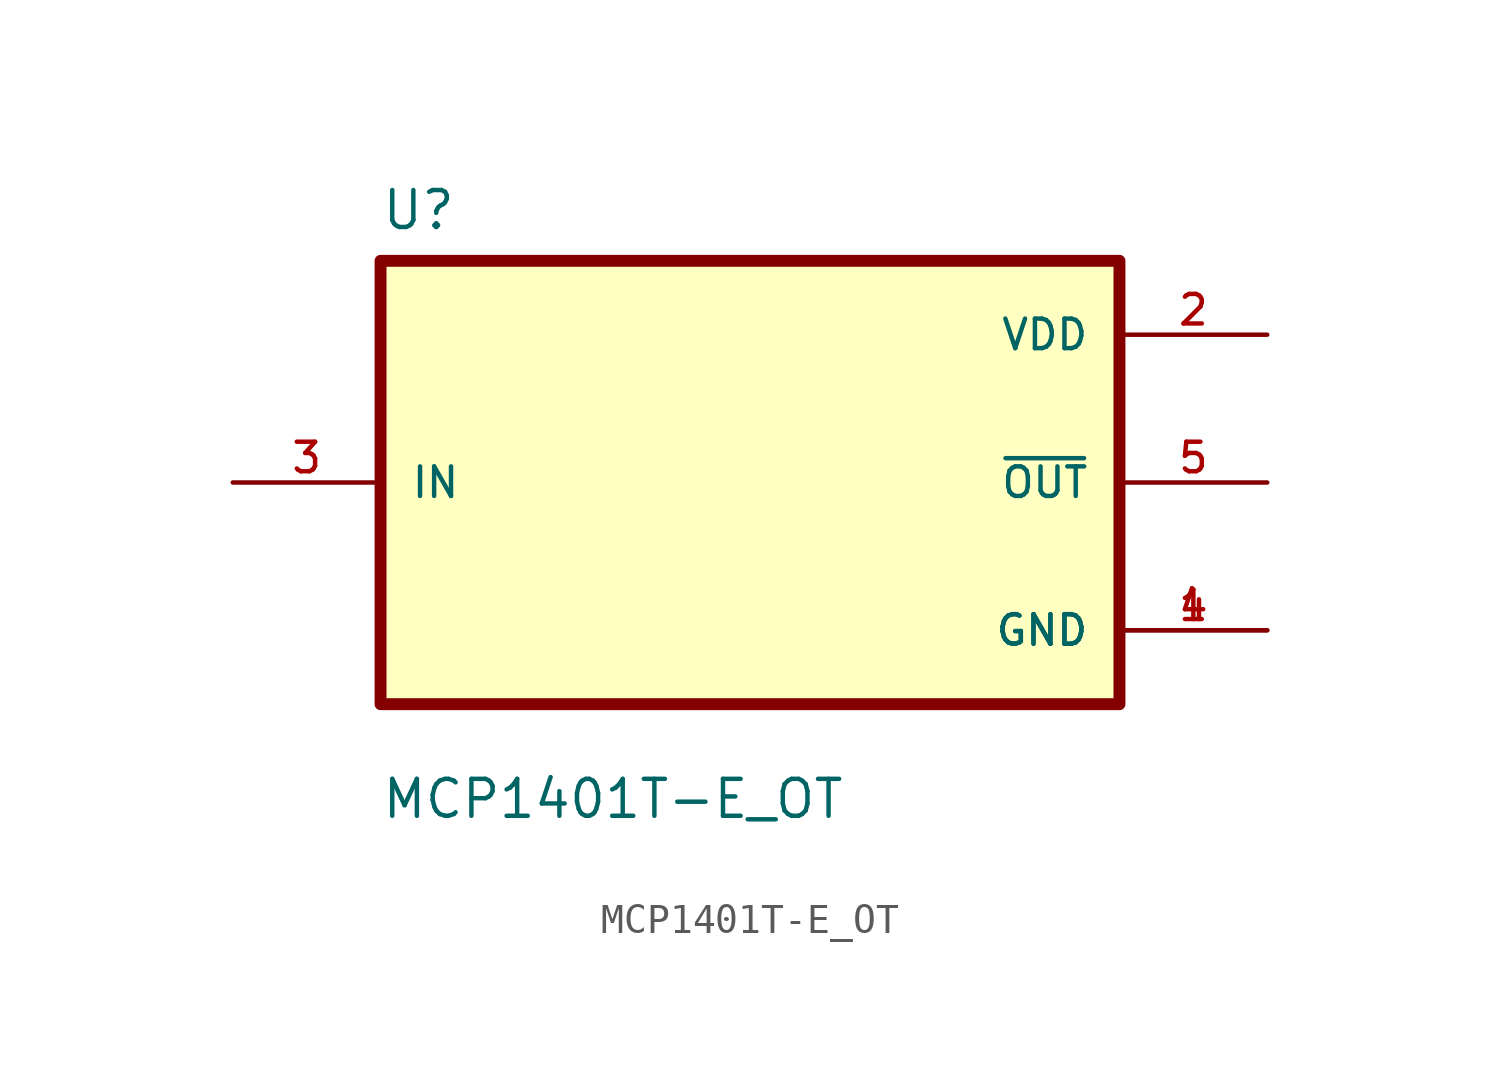
<source format=kicad_sym>
(kicad_symbol_lib
  (version 20211014)
  (generator kicad_symbol_editor)
  (symbol "MCP1401T-E_OT"
    (pin_names
      (offset 1.016))
    (property "Reference" "U"
      (at -12.7 8.62 0.0)
      (effects (font (size 1.27 1.27)) (justify bottom left)))
    (property "Value" "MCP1401T-E_OT"
      (at -12.7 -11.62 0.0)
      (effects (font (size 1.27 1.27)) (justify bottom left)))
    (symbol "MCP1401T-E_OT_0_0"
      (rectangle (start -12.7 -7.62) (end 12.7 7.62) (stroke (width 0.41)) (fill (type background)))
      (pin input line (at -17.78 0.0 0) (length 5.08) (name "IN" (effects (font (size 1.016 1.016)))) (number "3" (effects (font (size 1.016 1.016)))))
      (pin power_in line (at 17.78 5.08 180.0) (length 5.08) (name "VDD" (effects (font (size 1.016 1.016)))) (number "2" (effects (font (size 1.016 1.016)))))
      (pin output line (at 17.78 0.0 180.0) (length 5.08) (name "~{OUT}" (effects (font (size 1.016 1.016)))) (number "5" (effects (font (size 1.016 1.016)))))
      (pin power_in line (at 17.78 -5.08 180.0) (length 5.08) (name "GND" (effects (font (size 1.016 1.016)))) (number "1" (effects (font (size 1.016 1.016)))))
      (pin power_in line (at 17.78 -5.08 180.0) (length 5.08) (name "GND" (effects (font (size 1.016 1.016)))) (number "4" (effects (font (size 1.016 1.016))))))))
</source>
